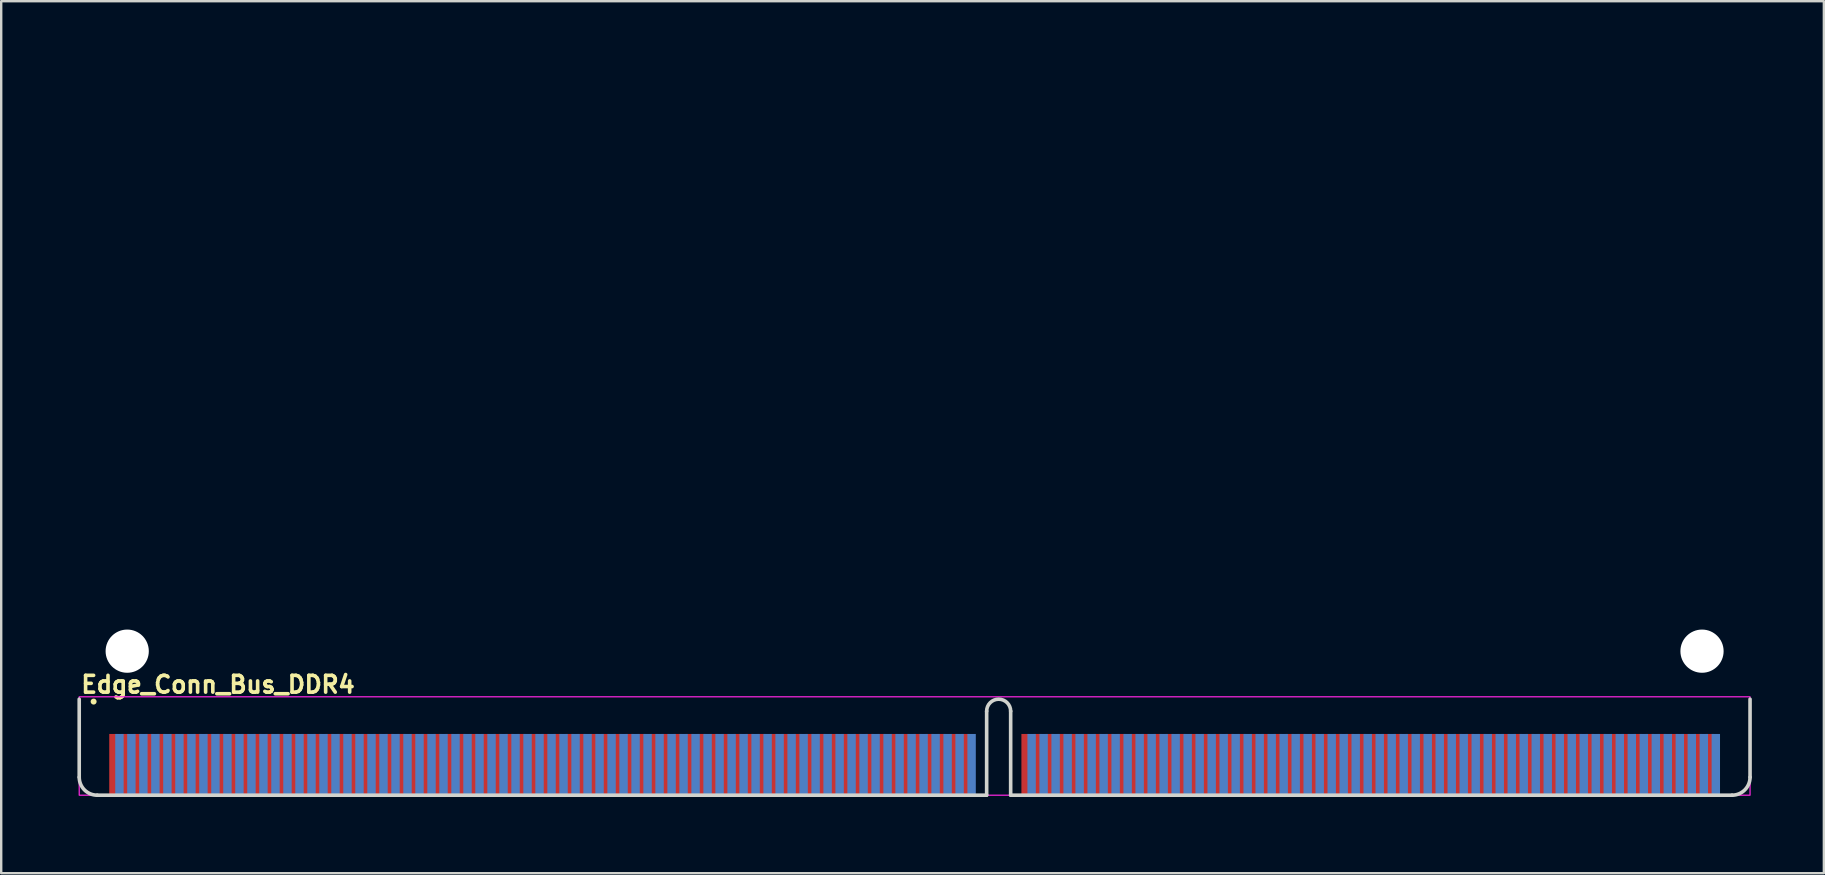
<source format=kicad_pcb>
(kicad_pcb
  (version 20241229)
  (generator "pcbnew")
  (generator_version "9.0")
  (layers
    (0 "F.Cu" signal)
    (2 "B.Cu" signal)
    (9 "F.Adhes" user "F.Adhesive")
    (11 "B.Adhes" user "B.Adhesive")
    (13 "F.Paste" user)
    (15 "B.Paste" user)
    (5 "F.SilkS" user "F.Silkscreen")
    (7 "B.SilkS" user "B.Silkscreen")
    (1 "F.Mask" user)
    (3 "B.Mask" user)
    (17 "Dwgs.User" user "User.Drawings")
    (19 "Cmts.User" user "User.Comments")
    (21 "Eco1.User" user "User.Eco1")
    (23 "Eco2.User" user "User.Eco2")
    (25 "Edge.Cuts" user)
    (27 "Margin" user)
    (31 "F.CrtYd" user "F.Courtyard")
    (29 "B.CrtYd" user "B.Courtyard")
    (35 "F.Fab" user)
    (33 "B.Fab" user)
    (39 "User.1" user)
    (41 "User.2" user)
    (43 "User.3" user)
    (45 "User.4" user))
  (footprint "Edge_Conn_Bus_DDR4"
    (layer "F.Cu")
    (at 0.25 30.075)
    (property "Reference" "Edge_Conn_Bus_DDR4" (at 0 -4.2 0) (layer "F.SilkS") (effects (font (size 0.7 0.7) (thickness 0.15)) (justify left bottom)))
    (attr exclude_from_pos_files exclude_from_bom)
    (fp_circle (center 0.6 -3.9) (end 0.65 -3.9) (stroke (width 0.15) (type solid)) (fill yes) (layer "F.SilkS"))
    (fp_line (start 0 -0.75) (end 0 -4) (stroke (width 0.15) (type solid)) (layer "Edge.Cuts"))
    (fp_line (start 0.75 0) (end 37.8 0) (stroke (width 0.15) (type solid)) (layer "Edge.Cuts"))
    (fp_line (start 37.8 0) (end 37.8 -3.5) (stroke (width 0.15) (type solid)) (layer "Edge.Cuts"))
    (fp_line (start 38.8 0) (end 38.8 -3.5) (stroke (width 0.15) (type solid)) (layer "Edge.Cuts"))
    (fp_line (start 38.8 0) (end 68.85 0) (stroke (width 0.15) (type solid)) (layer "Edge.Cuts"))
    (fp_line (start 69.6 -0.75) (end 69.6 -4) (stroke (width 0.15) (type solid)) (layer "Edge.Cuts"))
    (fp_arc (start 0.75 0) (mid 0.21967 -0.21967) (end 0 -0.75) (stroke (width 0.15) (type solid)) (layer "Edge.Cuts"))
    (fp_arc (start 37.8 -3.5) (mid 38.3 -4) (end 38.8 -3.5) (stroke (width 0.15) (type solid)) (layer "Edge.Cuts"))
    (fp_arc (start 69.6 -0.75) (mid 69.38033 -0.21967) (end 68.85 0) (stroke (width 0.15) (type solid)) (layer "Edge.Cuts"))
    (fp_rect (start 0 -4.1) (end 69.6 0) (stroke (width 0.05) (type solid)) (fill no) (layer "F.CrtYd"))
    (fp_rect (start 0 -30) (end 69.599 0) (stroke (width 0.15) (type solid)) (fill no) (layer "User.5"))
    (fp_line (start 0 -22) (end 0 -29.25) (stroke (width 0.15) (type solid)) (layer "User.9"))
    (fp_line (start 0 -18) (end 1.1 -18) (stroke (width 0.15) (type solid)) (layer "User.9"))
    (fp_line (start 0 -0.75) (end 0 -18) (stroke (width 0.15) (type solid)) (layer "User.9"))
    (fp_line (start 0.749 -30) (end 35.299 -30) (stroke (width 0.15) (type solid)) (layer "User.9"))
    (fp_line (start 0.749 0) (end 37.799 0) (stroke (width 0.15) (type solid)) (layer "User.9"))
    (fp_line (start 1.1 -22) (end 0 -22) (stroke (width 0.15) (type solid)) (layer "User.9"))
    (fp_line (start 1.749 -18.65) (end 1.749 -21.351) (stroke (width 0.15) (type solid)) (layer "User.9"))
    (fp_line (start 35.299 -25) (end 35.299 -30) (stroke (width 0.15) (type solid)) (layer "User.9"))
    (fp_line (start 37.799 0) (end 37.799 -3.5) (stroke (width 0.15) (type solid)) (layer "User.9"))
    (fp_line (start 38.799 0) (end 38.799 -3.5) (stroke (width 0.15) (type solid)) (layer "User.9"))
    (fp_line (start 38.799 0) (end 68.849 0) (stroke (width 0.15) (type solid)) (layer "User.9"))
    (fp_line (start 41.299 -30) (end 68.851 -30) (stroke (width 0.15) (type solid)) (layer "User.9"))
    (fp_line (start 41.299 -25) (end 41.299 -30) (stroke (width 0.15) (type solid)) (layer "User.9"))
    (fp_line (start 67.849 -18.65) (end 67.849 -21.351) (stroke (width 0.15) (type solid)) (layer "User.9"))
    (fp_line (start 68.499 -18) (end 69.599 -18) (stroke (width 0.15) (type solid)) (layer "User.9"))
    (fp_line (start 69.599 -22) (end 68.499 -22) (stroke (width 0.15) (type solid)) (layer "User.9"))
    (fp_line (start 69.599 -22) (end 69.6 -29.25) (stroke (width 0.15) (type solid)) (layer "User.9"))
    (fp_line (start 69.599 -0.75) (end 69.599 -18) (stroke (width 0.15) (type solid)) (layer "User.9"))
    (fp_arc (start 0 -29.25) (mid 0.219 -29.781) (end 0.749 -30) (stroke (width 0.15) (type solid)) (layer "User.9"))
    (fp_arc (start 0.749 0) (mid 0.219 -0.22) (end 0 -0.75) (stroke (width 0.15) (type solid)) (layer "User.9"))
    (fp_arc (start 1.1 -22) (mid 1.559 -21.81) (end 1.749 -21.351) (stroke (width 0.15) (type solid)) (layer "User.9"))
    (fp_arc (start 1.749 -18.65) (mid 1.559 -18.191) (end 1.1 -18) (stroke (width 0.15) (type solid)) (layer "User.9"))
    (fp_arc (start 37.799 -3.5) (mid 38.299 -4) (end 38.799 -3.5) (stroke (width 0.15) (type solid)) (layer "User.9"))
    (fp_arc (start 41.299 -25) (mid 38.299 -22) (end 35.299 -25) (stroke (width 0.15) (type solid)) (layer "User.9"))
    (fp_arc (start 67.849 -21.351) (mid 68.04 -21.81) (end 68.499 -22) (stroke (width 0.15) (type solid)) (layer "User.9"))
    (fp_arc (start 68.499 -18) (mid 68.04 -18.191) (end 67.849 -18.65) (stroke (width 0.15) (type solid)) (layer "User.9"))
    (fp_arc (start 68.851 -30) (mid 69.38 -29.78) (end 69.6 -29.25) (stroke (width 0.15) (type solid)) (layer "User.9"))
    (fp_arc (start 69.599 -0.75) (mid 69.38 -0.22) (end 68.849 0) (stroke (width 0.15) (type solid)) (layer "User.9"))
    (pad "" np_thru_hole circle (at 1.999 -6) (size 1.8 1.8) (drill 1.8) (layers "*.Cu" "*.Mask"))
    (pad "" np_thru_hole circle (at 67.599 -6) (size 1.8 1.8) (drill 1.8) (layers "*.Cu" "*.Mask"))
    (pad "1" smd rect (at 1.425 -1.301) (size 0.35 2.5) (layers "F.Cu" "F.Mask"))
    (pad "2" smd rect (at 1.675 -1.301) (size 0.35 2.5) (layers "B.Cu" "B.Mask"))
    (pad "3" smd rect (at 1.925 -1.301) (size 0.35 2.5) (layers "F.Cu" "F.Mask"))
    (pad "4" smd rect (at 2.173 -1.301) (size 0.35 2.5) (layers "B.Cu" "B.Mask"))
    (pad "5" smd rect (at 2.423 -1.301) (size 0.35 2.5) (layers "F.Cu" "F.Mask"))
    (pad "6" smd rect (at 2.673 -1.301) (size 0.35 2.5) (layers "B.Cu" "B.Mask"))
    (pad "7" smd rect (at 2.923 -1.301) (size 0.35 2.5) (layers "F.Cu" "F.Mask"))
    (pad "8" smd rect (at 3.173 -1.301) (size 0.35 2.5) (layers "B.Cu" "B.Mask"))
    (pad "9" smd rect (at 3.423 -1.301) (size 0.35 2.5) (layers "F.Cu" "F.Mask"))
    (pad "10" smd rect (at 3.673 -1.301) (size 0.35 2.5) (layers "B.Cu" "B.Mask"))
    (pad "11" smd rect (at 3.923 -1.301) (size 0.35 2.5) (layers "F.Cu" "F.Mask"))
    (pad "12" smd rect (at 4.174 -1.301) (size 0.35 2.5) (layers "B.Cu" "B.Mask"))
    (pad "13" smd rect (at 4.424 -1.301) (size 0.35 2.5) (layers "F.Cu" "F.Mask"))
    (pad "14" smd rect (at 4.674 -1.301) (size 0.35 2.5) (layers "B.Cu" "B.Mask"))
    (pad "15" smd rect (at 4.924 -1.301) (size 0.35 2.5) (layers "F.Cu" "F.Mask"))
    (pad "16" smd rect (at 5.174 -1.301) (size 0.35 2.5) (layers "B.Cu" "B.Mask"))
    (pad "17" smd rect (at 5.424 -1.301) (size 0.35 2.5) (layers "F.Cu" "F.Mask"))
    (pad "18" smd rect (at 5.674 -1.301) (size 0.35 2.5) (layers "B.Cu" "B.Mask"))
    (pad "19" smd rect (at 5.924 -1.301) (size 0.35 2.5) (layers "F.Cu" "F.Mask"))
    (pad "20" smd rect (at 6.174 -1.301) (size 0.35 2.5) (layers "B.Cu" "B.Mask"))
    (pad "21" smd rect (at 6.424 -1.301) (size 0.35 2.5) (layers "F.Cu" "F.Mask"))
    (pad "22" smd rect (at 6.674 -1.301) (size 0.35 2.5) (layers "B.Cu" "B.Mask"))
    (pad "23" smd rect (at 6.924 -1.301) (size 0.35 2.5) (layers "F.Cu" "F.Mask"))
    (pad "24" smd rect (at 7.174 -1.301) (size 0.35 2.5) (layers "B.Cu" "B.Mask"))
    (pad "25" smd rect (at 7.424 -1.301) (size 0.35 2.5) (layers "F.Cu" "F.Mask"))
    (pad "26" smd rect (at 7.674 -1.301) (size 0.35 2.5) (layers "B.Cu" "B.Mask"))
    (pad "27" smd rect (at 7.924 -1.301) (size 0.35 2.5) (layers "F.Cu" "F.Mask"))
    (pad "28" smd rect (at 8.175 -1.301) (size 0.35 2.5) (layers "B.Cu" "B.Mask"))
    (pad "29" smd rect (at 8.425 -1.301) (size 0.35 2.5) (layers "F.Cu" "F.Mask"))
    (pad "30" smd rect (at 8.675 -1.301) (size 0.35 2.5) (layers "B.Cu" "B.Mask"))
    (pad "31" smd rect (at 8.925 -1.301) (size 0.35 2.5) (layers "F.Cu" "F.Mask"))
    (pad "32" smd rect (at 9.175 -1.301) (size 0.35 2.5) (layers "B.Cu" "B.Mask"))
    (pad "33" smd rect (at 9.425 -1.301) (size 0.35 2.5) (layers "F.Cu" "F.Mask"))
    (pad "34" smd rect (at 9.675 -1.301) (size 0.35 2.5) (layers "B.Cu" "B.Mask"))
    (pad "35" smd rect (at 9.925 -1.301) (size 0.35 2.5) (layers "F.Cu" "F.Mask"))
    (pad "36" smd rect (at 10.175 -1.301) (size 0.35 2.5) (layers "B.Cu" "B.Mask"))
    (pad "37" smd rect (at 10.425 -1.301) (size 0.35 2.5) (layers "F.Cu" "F.Mask"))
    (pad "38" smd rect (at 10.675 -1.301) (size 0.35 2.5) (layers "B.Cu" "B.Mask"))
    (pad "39" smd rect (at 10.925 -1.301) (size 0.35 2.5) (layers "F.Cu" "F.Mask"))
    (pad "40" smd rect (at 11.175 -1.301) (size 0.35 2.5) (layers "B.Cu" "B.Mask"))
    (pad "41" smd rect (at 11.425 -1.301) (size 0.35 2.5) (layers "F.Cu" "F.Mask"))
    (pad "42" smd rect (at 11.675 -1.301) (size 0.35 2.5) (layers "B.Cu" "B.Mask"))
    (pad "43" smd rect (at 11.925 -1.301) (size 0.35 2.5) (layers "F.Cu" "F.Mask"))
    (pad "44" smd rect (at 12.175 -1.301) (size 0.35 2.5) (layers "B.Cu" "B.Mask"))
    (pad "45" smd rect (at 12.425 -1.301) (size 0.35 2.5) (layers "F.Cu" "F.Mask"))
    (pad "46" smd rect (at 12.675 -1.301) (size 0.35 2.5) (layers "B.Cu" "B.Mask"))
    (pad "47" smd rect (at 12.925 -1.301) (size 0.35 2.5) (layers "F.Cu" "F.Mask"))
    (pad "48" smd rect (at 13.175 -1.301) (size 0.35 2.5) (layers "B.Cu" "B.Mask"))
    (pad "49" smd rect (at 13.425 -1.301) (size 0.35 2.5) (layers "F.Cu" "F.Mask"))
    (pad "50" smd rect (at 13.675 -1.301) (size 0.35 2.5) (layers "B.Cu" "B.Mask"))
    (pad "51" smd rect (at 13.925 -1.301) (size 0.35 2.5) (layers "F.Cu" "F.Mask"))
    (pad "52" smd rect (at 14.175 -1.301) (size 0.35 2.5) (layers "B.Cu" "B.Mask"))
    (pad "53" smd rect (at 14.425 -1.301) (size 0.35 2.5) (layers "F.Cu" "F.Mask"))
    (pad "54" smd rect (at 14.675 -1.301) (size 0.35 2.5) (layers "B.Cu" "B.Mask"))
    (pad "55" smd rect (at 14.925 -1.301) (size 0.35 2.5) (layers "F.Cu" "F.Mask"))
    (pad "56" smd rect (at 15.175 -1.301) (size 0.35 2.5) (layers "B.Cu" "B.Mask"))
    (pad "57" smd rect (at 15.425 -1.301) (size 0.35 2.5) (layers "F.Cu" "F.Mask"))
    (pad "58" smd rect (at 15.675 -1.301) (size 0.35 2.5) (layers "B.Cu" "B.Mask"))
    (pad "59" smd rect (at 15.925 -1.301) (size 0.35 2.5) (layers "F.Cu" "F.Mask"))
    (pad "60" smd rect (at 16.175 -1.301) (size 0.35 2.5) (layers "B.Cu" "B.Mask"))
    (pad "61" smd rect (at 16.425 -1.301) (size 0.35 2.5) (layers "F.Cu" "F.Mask"))
    (pad "62" smd rect (at 16.675 -1.301) (size 0.35 2.5) (layers "B.Cu" "B.Mask"))
    (pad "63" smd rect (at 16.925 -1.301) (size 0.35 2.5) (layers "F.Cu" "F.Mask"))
    (pad "64" smd rect (at 17.175 -1.301) (size 0.35 2.5) (layers "B.Cu" "B.Mask"))
    (pad "65" smd rect (at 17.425 -1.301) (size 0.35 2.5) (layers "F.Cu" "F.Mask"))
    (pad "66" smd rect (at 17.675 -1.301) (size 0.35 2.5) (layers "B.Cu" "B.Mask"))
    (pad "67" smd rect (at 17.925 -1.301) (size 0.35 2.5) (layers "F.Cu" "F.Mask"))
    (pad "68" smd rect (at 18.175 -1.301) (size 0.35 2.5) (layers "B.Cu" "B.Mask"))
    (pad "69" smd rect (at 18.425 -1.301) (size 0.35 2.5) (layers "F.Cu" "F.Mask"))
    (pad "70" smd rect (at 18.675 -1.301) (size 0.35 2.5) (layers "B.Cu" "B.Mask"))
    (pad "71" smd rect (at 18.925 -1.301) (size 0.35 2.5) (layers "F.Cu" "F.Mask"))
    (pad "72" smd rect (at 19.175 -1.301) (size 0.35 2.5) (layers "B.Cu" "B.Mask"))
    (pad "73" smd rect (at 19.425 -1.301) (size 0.35 2.5) (layers "F.Cu" "F.Mask"))
    (pad "74" smd rect (at 19.675 -1.301) (size 0.35 2.5) (layers "B.Cu" "B.Mask"))
    (pad "75" smd rect (at 19.925 -1.301) (size 0.35 2.5) (layers "F.Cu" "F.Mask"))
    (pad "76" smd rect (at 20.175 -1.301) (size 0.35 2.5) (layers "B.Cu" "B.Mask"))
    (pad "77" smd rect (at 20.425 -1.301) (size 0.35 2.5) (layers "F.Cu" "F.Mask"))
    (pad "78" smd rect (at 20.675 -1.301) (size 0.35 2.5) (layers "B.Cu" "B.Mask"))
    (pad "79" smd rect (at 20.925 -1.301) (size 0.35 2.5) (layers "F.Cu" "F.Mask"))
    (pad "80" smd rect (at 21.175 -1.301) (size 0.35 2.5) (layers "B.Cu" "B.Mask"))
    (pad "81" smd rect (at 21.425 -1.301) (size 0.35 2.5) (layers "F.Cu" "F.Mask"))
    (pad "82" smd rect (at 21.675 -1.301) (size 0.35 2.5) (layers "B.Cu" "B.Mask"))
    (pad "83" smd rect (at 21.925 -1.301) (size 0.35 2.5) (layers "F.Cu" "F.Mask"))
    (pad "84" smd rect (at 22.175 -1.301) (size 0.35 2.5) (layers "B.Cu" "B.Mask"))
    (pad "85" smd rect (at 22.425 -1.301) (size 0.35 2.5) (layers "F.Cu" "F.Mask"))
    (pad "86" smd rect (at 22.675 -1.301) (size 0.35 2.5) (layers "B.Cu" "B.Mask"))
    (pad "87" smd rect (at 22.925 -1.301) (size 0.35 2.5) (layers "F.Cu" "F.Mask"))
    (pad "88" smd rect (at 23.175 -1.301) (size 0.35 2.5) (layers "B.Cu" "B.Mask"))
    (pad "89" smd rect (at 23.425 -1.301) (size 0.35 2.5) (layers "F.Cu" "F.Mask"))
    (pad "90" smd rect (at 23.675 -1.301) (size 0.35 2.5) (layers "B.Cu" "B.Mask"))
    (pad "91" smd rect (at 23.925 -1.301) (size 0.35 2.5) (layers "F.Cu" "F.Mask"))
    (pad "92" smd rect (at 24.175 -1.301) (size 0.35 2.5) (layers "B.Cu" "B.Mask"))
    (pad "93" smd rect (at 24.425 -1.301) (size 0.35 2.5) (layers "F.Cu" "F.Mask"))
    (pad "94" smd rect (at 24.675 -1.301) (size 0.35 2.5) (layers "B.Cu" "B.Mask"))
    (pad "95" smd rect (at 24.925 -1.301) (size 0.35 2.5) (layers "F.Cu" "F.Mask"))
    (pad "96" smd rect (at 25.175 -1.301) (size 0.35 2.5) (layers "B.Cu" "B.Mask"))
    (pad "97" smd rect (at 25.425 -1.301) (size 0.35 2.5) (layers "F.Cu" "F.Mask"))
    (pad "98" smd rect (at 25.675 -1.301) (size 0.35 2.5) (layers "B.Cu" "B.Mask"))
    (pad "99" smd rect (at 25.925 -1.301) (size 0.35 2.5) (layers "F.Cu" "F.Mask"))
    (pad "100" smd rect (at 26.175 -1.301) (size 0.35 2.5) (layers "B.Cu" "B.Mask"))
    (pad "101" smd rect (at 26.425 -1.301) (size 0.35 2.5) (layers "F.Cu" "F.Mask"))
    (pad "102" smd rect (at 26.675 -1.301) (size 0.35 2.5) (layers "B.Cu" "B.Mask"))
    (pad "103" smd rect (at 26.925 -1.301) (size 0.35 2.5) (layers "F.Cu" "F.Mask"))
    (pad "104" smd rect (at 27.175 -1.301) (size 0.35 2.5) (layers "B.Cu" "B.Mask"))
    (pad "105" smd rect (at 27.425 -1.301) (size 0.35 2.5) (layers "F.Cu" "F.Mask"))
    (pad "106" smd rect (at 27.675 -1.301) (size 0.35 2.5) (layers "B.Cu" "B.Mask"))
    (pad "107" smd rect (at 27.925 -1.301) (size 0.35 2.5) (layers "F.Cu" "F.Mask"))
    (pad "108" smd rect (at 28.175 -1.301) (size 0.35 2.5) (layers "B.Cu" "B.Mask"))
    (pad "109" smd rect (at 28.425 -1.301) (size 0.35 2.5) (layers "F.Cu" "F.Mask"))
    (pad "110" smd rect (at 28.675 -1.301) (size 0.35 2.5) (layers "B.Cu" "B.Mask"))
    (pad "111" smd rect (at 28.925 -1.301) (size 0.35 2.5) (layers "F.Cu" "F.Mask"))
    (pad "112" smd rect (at 29.175 -1.301) (size 0.35 2.5) (layers "B.Cu" "B.Mask"))
    (pad "113" smd rect (at 29.425 -1.301) (size 0.35 2.5) (layers "F.Cu" "F.Mask"))
    (pad "114" smd rect (at 29.675 -1.301) (size 0.35 2.5) (layers "B.Cu" "B.Mask"))
    (pad "115" smd rect (at 29.925 -1.301) (size 0.35 2.5) (layers "F.Cu" "F.Mask"))
    (pad "116" smd rect (at 30.175 -1.301) (size 0.35 2.5) (layers "B.Cu" "B.Mask"))
    (pad "117" smd rect (at 30.425 -1.301) (size 0.35 2.5) (layers "F.Cu" "F.Mask"))
    (pad "118" smd rect (at 30.675 -1.301) (size 0.35 2.5) (layers "B.Cu" "B.Mask"))
    (pad "119" smd rect (at 30.925 -1.301) (size 0.35 2.5) (layers "F.Cu" "F.Mask"))
    (pad "120" smd rect (at 31.175 -1.301) (size 0.35 2.5) (layers "B.Cu" "B.Mask"))
    (pad "121" smd rect (at 31.425 -1.301) (size 0.35 2.5) (layers "F.Cu" "F.Mask"))
    (pad "122" smd rect (at 31.675 -1.301) (size 0.35 2.5) (layers "B.Cu" "B.Mask"))
    (pad "123" smd rect (at 31.925 -1.301) (size 0.35 2.5) (layers "F.Cu" "F.Mask"))
    (pad "124" smd rect (at 32.173 -1.301) (size 0.35 2.5) (layers "B.Cu" "B.Mask"))
    (pad "125" smd rect (at 32.423 -1.301) (size 0.35 2.5) (layers "F.Cu" "F.Mask"))
    (pad "126" smd rect (at 32.673 -1.301) (size 0.35 2.5) (layers "B.Cu" "B.Mask"))
    (pad "127" smd rect (at 32.923 -1.301) (size 0.35 2.5) (layers "F.Cu" "F.Mask"))
    (pad "128" smd rect (at 33.173 -1.301) (size 0.35 2.5) (layers "B.Cu" "B.Mask"))
    (pad "129" smd rect (at 33.423 -1.301) (size 0.35 2.5) (layers "F.Cu" "F.Mask"))
    (pad "130" smd rect (at 33.673 -1.301) (size 0.35 2.5) (layers "B.Cu" "B.Mask"))
    (pad "131" smd rect (at 33.923 -1.301) (size 0.35 2.5) (layers "F.Cu" "F.Mask"))
    (pad "132" smd rect (at 34.173 -1.301) (size 0.35 2.5) (layers "B.Cu" "B.Mask"))
    (pad "133" smd rect (at 34.423 -1.301) (size 0.35 2.5) (layers "F.Cu" "F.Mask"))
    (pad "134" smd rect (at 34.673 -1.301) (size 0.35 2.5) (layers "B.Cu" "B.Mask"))
    (pad "135" smd rect (at 34.923 -1.301) (size 0.35 2.5) (layers "F.Cu" "F.Mask"))
    (pad "136" smd rect (at 35.173 -1.301) (size 0.35 2.5) (layers "B.Cu" "B.Mask"))
    (pad "137" smd rect (at 35.423 -1.301) (size 0.35 2.5) (layers "F.Cu" "F.Mask"))
    (pad "138" smd rect (at 35.673 -1.301) (size 0.35 2.5) (layers "B.Cu" "B.Mask"))
    (pad "139" smd rect (at 35.923 -1.301) (size 0.35 2.5) (layers "F.Cu" "F.Mask"))
    (pad "140" smd rect (at 36.173 -1.301) (size 0.35 2.5) (layers "B.Cu" "B.Mask"))
    (pad "141" smd rect (at 36.423 -1.301) (size 0.35 2.5) (layers "F.Cu" "F.Mask"))
    (pad "142" smd rect (at 36.673 -1.301) (size 0.35 2.5) (layers "B.Cu" "B.Mask"))
    (pad "143" smd rect (at 36.923 -1.301) (size 0.35 2.5) (layers "F.Cu" "F.Mask"))
    (pad "144" smd rect (at 37.173 -1.301) (size 0.35 2.5) (layers "B.Cu" "B.Mask"))
    (pad "145" smd rect (at 39.423 -1.301) (size 0.35 2.5) (layers "F.Cu" "F.Mask"))
    (pad "146" smd rect (at 39.673 -1.301) (size 0.35 2.5) (layers "B.Cu" "B.Mask"))
    (pad "147" smd rect (at 39.923 -1.301) (size 0.35 2.5) (layers "F.Cu" "F.Mask"))
    (pad "148" smd rect (at 40.173 -1.301) (size 0.35 2.5) (layers "B.Cu" "B.Mask"))
    (pad "149" smd rect (at 40.423 -1.301) (size 0.35 2.5) (layers "F.Cu" "F.Mask"))
    (pad "150" smd rect (at 40.673 -1.301) (size 0.35 2.5) (layers "B.Cu" "B.Mask"))
    (pad "151" smd rect (at 40.923 -1.301) (size 0.35 2.5) (layers "F.Cu" "F.Mask"))
    (pad "152" smd rect (at 41.173 -1.301) (size 0.35 2.5) (layers "B.Cu" "B.Mask"))
    (pad "153" smd rect (at 41.423 -1.301) (size 0.35 2.5) (layers "F.Cu" "F.Mask"))
    (pad "154" smd rect (at 41.673 -1.301) (size 0.35 2.5) (layers "B.Cu" "B.Mask"))
    (pad "155" smd rect (at 41.923 -1.301) (size 0.35 2.5) (layers "F.Cu" "F.Mask"))
    (pad "156" smd rect (at 42.173 -1.301) (size 0.35 2.5) (layers "B.Cu" "B.Mask"))
    (pad "157" smd rect (at 42.423 -1.301) (size 0.35 2.5) (layers "F.Cu" "F.Mask"))
    (pad "158" smd rect (at 42.673 -1.301) (size 0.35 2.5) (layers "B.Cu" "B.Mask"))
    (pad "159" smd rect (at 42.923 -1.301) (size 0.35 2.5) (layers "F.Cu" "F.Mask"))
    (pad "160" smd rect (at 43.173 -1.301) (size 0.35 2.5) (layers "B.Cu" "B.Mask"))
    (pad "161" smd rect (at 43.423 -1.301) (size 0.35 2.5) (layers "F.Cu" "F.Mask"))
    (pad "162" smd rect (at 43.673 -1.301) (size 0.35 2.5) (layers "B.Cu" "B.Mask"))
    (pad "163" smd rect (at 43.923 -1.301) (size 0.35 2.5) (layers "F.Cu" "F.Mask"))
    (pad "164" smd rect (at 44.173 -1.301) (size 0.35 2.5) (layers "B.Cu" "B.Mask"))
    (pad "165" smd rect (at 44.423 -1.301) (size 0.35 2.5) (layers "F.Cu" "F.Mask"))
    (pad "166" smd rect (at 44.673 -1.301) (size 0.35 2.5) (layers "B.Cu" "B.Mask"))
    (pad "167" smd rect (at 44.923 -1.301) (size 0.35 2.5) (layers "F.Cu" "F.Mask"))
    (pad "168" smd rect (at 45.173 -1.301) (size 0.35 2.5) (layers "B.Cu" "B.Mask"))
    (pad "169" smd rect (at 45.423 -1.301) (size 0.35 2.5) (layers "F.Cu" "F.Mask"))
    (pad "170" smd rect (at 45.673 -1.301) (size 0.35 2.5) (layers "B.Cu" "B.Mask"))
    (pad "171" smd rect (at 45.923 -1.301) (size 0.35 2.5) (layers "F.Cu" "F.Mask"))
    (pad "172" smd rect (at 46.173 -1.301) (size 0.35 2.5) (layers "B.Cu" "B.Mask"))
    (pad "173" smd rect (at 46.423 -1.301) (size 0.35 2.5) (layers "F.Cu" "F.Mask"))
    (pad "174" smd rect (at 46.673 -1.301) (size 0.35 2.5) (layers "B.Cu" "B.Mask"))
    (pad "175" smd rect (at 46.923 -1.301) (size 0.35 2.5) (layers "F.Cu" "F.Mask"))
    (pad "176" smd rect (at 47.173 -1.301) (size 0.35 2.5) (layers "B.Cu" "B.Mask"))
    (pad "177" smd rect (at 47.423 -1.301) (size 0.35 2.5) (layers "F.Cu" "F.Mask"))
    (pad "178" smd rect (at 47.673 -1.301) (size 0.35 2.5) (layers "B.Cu" "B.Mask"))
    (pad "179" smd rect (at 47.923 -1.301) (size 0.35 2.5) (layers "F.Cu" "F.Mask"))
    (pad "180" smd rect (at 48.173 -1.301) (size 0.35 2.5) (layers "B.Cu" "B.Mask"))
    (pad "181" smd rect (at 48.423 -1.301) (size 0.35 2.5) (layers "F.Cu" "F.Mask"))
    (pad "182" smd rect (at 48.673 -1.301) (size 0.35 2.5) (layers "B.Cu" "B.Mask"))
    (pad "183" smd rect (at 48.923 -1.301) (size 0.35 2.5) (layers "F.Cu" "F.Mask"))
    (pad "184" smd rect (at 49.173 -1.301) (size 0.35 2.5) (layers "B.Cu" "B.Mask"))
    (pad "185" smd rect (at 49.423 -1.301) (size 0.35 2.5) (layers "F.Cu" "F.Mask"))
    (pad "186" smd rect (at 49.673 -1.301) (size 0.35 2.5) (layers "B.Cu" "B.Mask"))
    (pad "187" smd rect (at 49.923 -1.301) (size 0.35 2.5) (layers "F.Cu" "F.Mask"))
    (pad "188" smd rect (at 50.173 -1.301) (size 0.35 2.5) (layers "B.Cu" "B.Mask"))
    (pad "189" smd rect (at 50.423 -1.301) (size 0.35 2.5) (layers "F.Cu" "F.Mask"))
    (pad "190" smd rect (at 50.673 -1.301) (size 0.35 2.5) (layers "B.Cu" "B.Mask"))
    (pad "191" smd rect (at 50.923 -1.301) (size 0.35 2.5) (layers "F.Cu" "F.Mask"))
    (pad "192" smd rect (at 51.173 -1.301) (size 0.35 2.5) (layers "B.Cu" "B.Mask"))
    (pad "193" smd rect (at 51.423 -1.301) (size 0.35 2.5) (layers "F.Cu" "F.Mask"))
    (pad "194" smd rect (at 51.673 -1.301) (size 0.35 2.5) (layers "B.Cu" "B.Mask"))
    (pad "195" smd rect (at 51.923 -1.301) (size 0.35 2.5) (layers "F.Cu" "F.Mask"))
    (pad "196" smd rect (at 52.173 -1.301) (size 0.35 2.5) (layers "B.Cu" "B.Mask"))
    (pad "197" smd rect (at 52.423 -1.301) (size 0.35 2.5) (layers "F.Cu" "F.Mask"))
    (pad "198" smd rect (at 52.673 -1.301) (size 0.35 2.5) (layers "B.Cu" "B.Mask"))
    (pad "199" smd rect (at 52.923 -1.301) (size 0.35 2.5) (layers "F.Cu" "F.Mask"))
    (pad "200" smd rect (at 53.173 -1.301) (size 0.35 2.5) (layers "B.Cu" "B.Mask"))
    (pad "201" smd rect (at 53.423 -1.301) (size 0.35 2.5) (layers "F.Cu" "F.Mask"))
    (pad "202" smd rect (at 53.673 -1.301) (size 0.35 2.5) (layers "B.Cu" "B.Mask"))
    (pad "203" smd rect (at 53.923 -1.301) (size 0.35 2.5) (layers "F.Cu" "F.Mask"))
    (pad "204" smd rect (at 54.173 -1.301) (size 0.35 2.5) (layers "B.Cu" "B.Mask"))
    (pad "205" smd rect (at 54.423 -1.301) (size 0.35 2.5) (layers "F.Cu" "F.Mask"))
    (pad "206" smd rect (at 54.673 -1.301) (size 0.35 2.5) (layers "B.Cu" "B.Mask"))
    (pad "207" smd rect (at 54.923 -1.301) (size 0.35 2.5) (layers "F.Cu" "F.Mask"))
    (pad "208" smd rect (at 55.173 -1.301) (size 0.35 2.5) (layers "B.Cu" "B.Mask"))
    (pad "209" smd rect (at 55.423 -1.301) (size 0.35 2.5) (layers "F.Cu" "F.Mask"))
    (pad "210" smd rect (at 55.673 -1.301) (size 0.35 2.5) (layers "B.Cu" "B.Mask"))
    (pad "211" smd rect (at 55.923 -1.301) (size 0.35 2.5) (layers "F.Cu" "F.Mask"))
    (pad "212" smd rect (at 56.173 -1.301) (size 0.35 2.5) (layers "B.Cu" "B.Mask"))
    (pad "213" smd rect (at 56.423 -1.301) (size 0.35 2.5) (layers "F.Cu" "F.Mask"))
    (pad "214" smd rect (at 56.673 -1.301) (size 0.35 2.5) (layers "B.Cu" "B.Mask"))
    (pad "215" smd rect (at 56.923 -1.301) (size 0.35 2.5) (layers "F.Cu" "F.Mask"))
    (pad "216" smd rect (at 57.173 -1.301) (size 0.35 2.5) (layers "B.Cu" "B.Mask"))
    (pad "217" smd rect (at 57.423 -1.301) (size 0.35 2.5) (layers "F.Cu" "F.Mask"))
    (pad "218" smd rect (at 57.673 -1.301) (size 0.35 2.5) (layers "B.Cu" "B.Mask"))
    (pad "219" smd rect (at 57.923 -1.301) (size 0.35 2.5) (layers "F.Cu" "F.Mask"))
    (pad "220" smd rect (at 58.173 -1.301) (size 0.35 2.5) (layers "B.Cu" "B.Mask"))
    (pad "221" smd rect (at 58.423 -1.301) (size 0.35 2.5) (layers "F.Cu" "F.Mask"))
    (pad "222" smd rect (at 58.673 -1.301) (size 0.35 2.5) (layers "B.Cu" "B.Mask"))
    (pad "223" smd rect (at 58.923 -1.301) (size 0.35 2.5) (layers "F.Cu" "F.Mask"))
    (pad "224" smd rect (at 59.173 -1.301) (size 0.35 2.5) (layers "B.Cu" "B.Mask"))
    (pad "225" smd rect (at 59.423 -1.301) (size 0.35 2.5) (layers "F.Cu" "F.Mask"))
    (pad "226" smd rect (at 59.673 -1.301) (size 0.35 2.5) (layers "B.Cu" "B.Mask"))
    (pad "227" smd rect (at 59.923 -1.301) (size 0.35 2.5) (layers "F.Cu" "F.Mask"))
    (pad "228" smd rect (at 60.173 -1.301) (size 0.35 2.5) (layers "B.Cu" "B.Mask"))
    (pad "229" smd rect (at 60.423 -1.301) (size 0.35 2.5) (layers "F.Cu" "F.Mask"))
    (pad "230" smd rect (at 60.673 -1.301) (size 0.35 2.5) (layers "B.Cu" "B.Mask"))
    (pad "231" smd rect (at 60.923 -1.301) (size 0.35 2.5) (layers "F.Cu" "F.Mask"))
    (pad "232" smd rect (at 61.173 -1.301) (size 0.35 2.5) (layers "B.Cu" "B.Mask"))
    (pad "233" smd rect (at 61.423 -1.301) (size 0.35 2.5) (layers "F.Cu" "F.Mask"))
    (pad "234" smd rect (at 61.673 -1.301) (size 0.35 2.5) (layers "B.Cu" "B.Mask"))
    (pad "235" smd rect (at 61.923 -1.301) (size 0.35 2.5) (layers "F.Cu" "F.Mask"))
    (pad "236" smd rect (at 62.173 -1.301) (size 0.35 2.5) (layers "B.Cu" "B.Mask"))
    (pad "237" smd rect (at 62.423 -1.301) (size 0.35 2.5) (layers "F.Cu" "F.Mask"))
    (pad "238" smd rect (at 62.673 -1.301) (size 0.35 2.5) (layers "B.Cu" "B.Mask"))
    (pad "239" smd rect (at 62.923 -1.301) (size 0.35 2.5) (layers "F.Cu" "F.Mask"))
    (pad "240" smd rect (at 63.173 -1.301) (size 0.35 2.5) (layers "B.Cu" "B.Mask"))
    (pad "241" smd rect (at 63.423 -1.301) (size 0.35 2.5) (layers "F.Cu" "F.Mask"))
    (pad "242" smd rect (at 63.673 -1.301) (size 0.35 2.5) (layers "B.Cu" "B.Mask"))
    (pad "243" smd rect (at 63.923 -1.301) (size 0.35 2.5) (layers "F.Cu" "F.Mask"))
    (pad "244" smd rect (at 64.174 -1.301) (size 0.35 2.5) (layers "B.Cu" "B.Mask"))
    (pad "245" smd rect (at 64.424 -1.301) (size 0.35 2.5) (layers "F.Cu" "F.Mask"))
    (pad "246" smd rect (at 64.674 -1.301) (size 0.35 2.5) (layers "B.Cu" "B.Mask"))
    (pad "247" smd rect (at 64.924 -1.301) (size 0.35 2.5) (layers "F.Cu" "F.Mask"))
    (pad "248" smd rect (at 65.174 -1.301) (size 0.35 2.5) (layers "B.Cu" "B.Mask"))
    (pad "249" smd rect (at 65.424 -1.301) (size 0.35 2.5) (layers "F.Cu" "F.Mask"))
    (pad "250" smd rect (at 65.674 -1.301) (size 0.35 2.5) (layers "B.Cu" "B.Mask"))
    (pad "251" smd rect (at 65.924 -1.301) (size 0.35 2.5) (layers "F.Cu" "F.Mask"))
    (pad "252" smd rect (at 66.174 -1.301) (size 0.35 2.5) (layers "B.Cu" "B.Mask"))
    (pad "253" smd rect (at 66.424 -1.301) (size 0.35 2.5) (layers "F.Cu" "F.Mask"))
    (pad "254" smd rect (at 66.674 -1.301) (size 0.35 2.5) (layers "B.Cu" "B.Mask"))
    (pad "255" smd rect (at 66.924 -1.301) (size 0.35 2.5) (layers "F.Cu" "F.Mask"))
    (pad "256" smd rect (at 67.174 -1.301) (size 0.35 2.5) (layers "B.Cu" "B.Mask"))
    (pad "257" smd rect (at 67.424 -1.301) (size 0.35 2.5) (layers "F.Cu" "F.Mask"))
    (pad "258" smd rect (at 67.674 -1.301) (size 0.35 2.5) (layers "B.Cu" "B.Mask"))
    (pad "259" smd rect (at 67.924 -1.301) (size 0.35 2.5) (layers "F.Cu" "F.Mask"))
    (pad "260" smd rect (at 68.174 -1.301) (size 0.35 2.5) (layers "B.Cu" "B.Mask")))
  (gr_rect
    (start -3 -3)
    (end 72.925 33.325)
    (stroke (width 0.1) (type default))
    (fill no)
    (layer "Edge.Cuts")))
</source>
